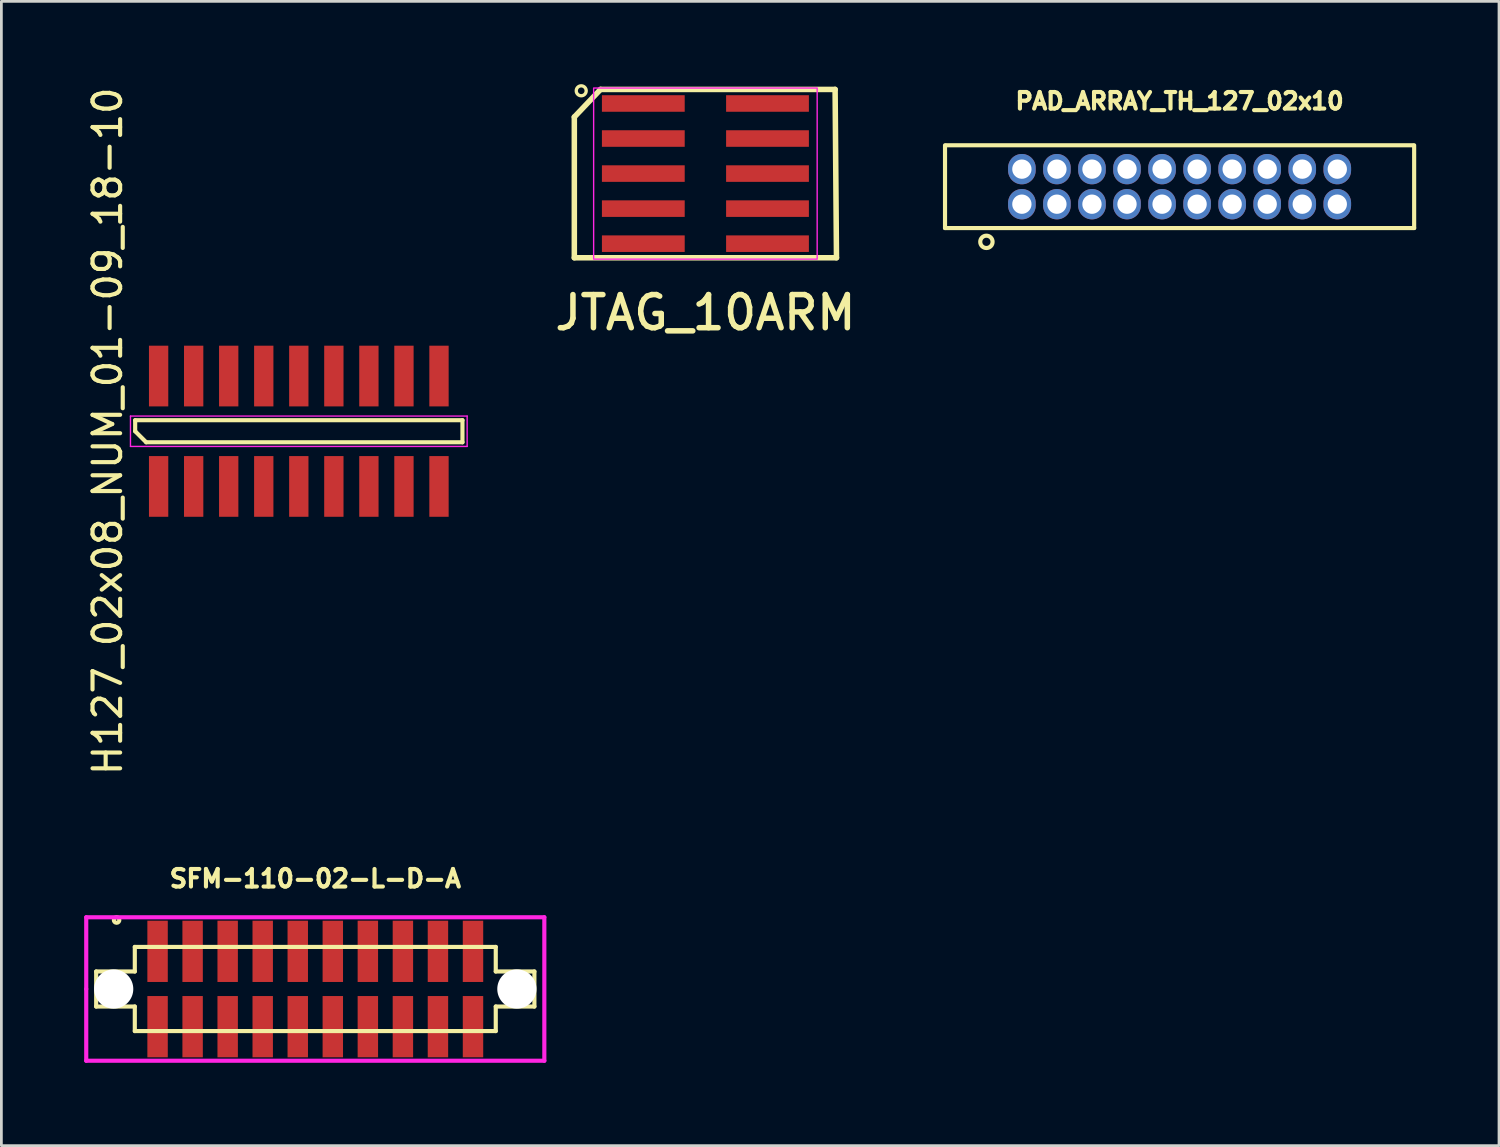
<source format=kicad_pcb>
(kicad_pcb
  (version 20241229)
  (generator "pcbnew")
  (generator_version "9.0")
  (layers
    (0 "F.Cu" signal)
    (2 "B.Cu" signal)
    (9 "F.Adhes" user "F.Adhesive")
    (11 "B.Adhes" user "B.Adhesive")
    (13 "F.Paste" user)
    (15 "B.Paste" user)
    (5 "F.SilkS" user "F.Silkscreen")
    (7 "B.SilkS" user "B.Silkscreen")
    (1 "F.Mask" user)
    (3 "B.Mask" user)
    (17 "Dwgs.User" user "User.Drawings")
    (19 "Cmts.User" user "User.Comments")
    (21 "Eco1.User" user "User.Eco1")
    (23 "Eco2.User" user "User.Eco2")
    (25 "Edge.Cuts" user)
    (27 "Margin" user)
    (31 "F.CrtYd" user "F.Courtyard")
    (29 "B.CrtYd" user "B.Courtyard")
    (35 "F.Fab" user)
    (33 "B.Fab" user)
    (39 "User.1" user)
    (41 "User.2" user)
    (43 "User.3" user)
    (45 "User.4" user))
  (footprint "H127_02x08_NUM_01-09_18-10"
    (layer "F.Cu")
    (at 7.778 12.577)
    (property "Reference" "H127_02x08_NUM_01-09_18-10" (at -6.93 0 90) (layer "F.SilkS") (effects (font (size 1 1) (thickness 0.15))))
    (attr smd)
    (fp_line (start -5.93 -0.4) (end 5.93 -0.4) (stroke (width 0.15) (type solid)) (layer "F.SilkS"))
    (fp_line (start -5.93 0) (end -5.93 -0.4) (stroke (width 0.15) (type solid)) (layer "F.SilkS"))
    (fp_line (start -5.53 0.4) (end -5.93 0) (stroke (width 0.15) (type solid)) (layer "F.SilkS"))
    (fp_line (start 5.93 -0.4) (end 5.93 0.4) (stroke (width 0.15) (type solid)) (layer "F.SilkS"))
    (fp_line (start 5.93 0.4) (end -5.53 0.4) (stroke (width 0.15) (type solid)) (layer "F.SilkS"))
    (fp_line (start -6.1 -0.55) (end 6.1 -0.55) (stroke (width 0.05) (type solid)) (layer "F.CrtYd"))
    (fp_line (start -6.1 0.55) (end -6.1 -0.55) (stroke (width 0.05) (type solid)) (layer "F.CrtYd"))
    (fp_line (start 6.1 -0.55) (end 6.1 0.55) (stroke (width 0.05) (type solid)) (layer "F.CrtYd"))
    (fp_line (start 6.1 0.55) (end -6.1 0.55) (stroke (width 0.05) (type solid)) (layer "F.CrtYd"))
    (pad "1" smd rect (at -5.08 2) (size 0.7 2.2) (layers "F.Cu" "F.Mask" "F.Paste"))
    (pad "2" smd rect (at -3.81 2) (size 0.7 2.2) (layers "F.Cu" "F.Mask" "F.Paste"))
    (pad "3" smd rect (at -2.54 2) (size 0.7 2.2) (layers "F.Cu" "F.Mask" "F.Paste"))
    (pad "4" smd rect (at -1.27 2) (size 0.7 2.2) (layers "F.Cu" "F.Mask" "F.Paste"))
    (pad "5" smd rect (at 0 2) (size 0.7 2.2) (layers "F.Cu" "F.Mask" "F.Paste"))
    (pad "6" smd rect (at 1.27 2) (size 0.7 2.2) (layers "F.Cu" "F.Mask" "F.Paste"))
    (pad "7" smd rect (at 2.54 2) (size 0.7 2.2) (layers "F.Cu" "F.Mask" "F.Paste"))
    (pad "8" smd rect (at 3.81 2) (size 0.7 2.2) (layers "F.Cu" "F.Mask" "F.Paste"))
    (pad "9" smd rect (at 5.08 2) (size 0.7 2.2) (layers "F.Cu" "F.Mask" "F.Paste"))
    (pad "10" smd rect (at -5.08 -2) (size 0.7 2.2) (layers "F.Cu" "F.Mask" "F.Paste"))
    (pad "11" smd rect (at -3.81 -2) (size 0.7 2.2) (layers "F.Cu" "F.Mask" "F.Paste"))
    (pad "12" smd rect (at -2.54 -2) (size 0.7 2.2) (layers "F.Cu" "F.Mask" "F.Paste"))
    (pad "13" smd rect (at -1.27 -2) (size 0.7 2.2) (layers "F.Cu" "F.Mask" "F.Paste"))
    (pad "14" smd rect (at 0 -2) (size 0.7 2.2) (layers "F.Cu" "F.Mask" "F.Paste"))
    (pad "15" smd rect (at 1.27 -2) (size 0.7 2.2) (layers "F.Cu" "F.Mask" "F.Paste"))
    (pad "16" smd rect (at 2.54 -2) (size 0.7 2.2) (layers "F.Cu" "F.Mask" "F.Paste"))
    (pad "17" smd rect (at 3.81 -2) (size 0.7 2.2) (layers "F.Cu" "F.Mask" "F.Paste"))
    (pad "18" smd rect (at 5.08 -2) (size 0.7 2.2) (layers "F.Cu" "F.Mask" "F.Paste")))
  (footprint "JTAG_10ARM"
    (layer "F.Cu")
    (at 22.512 3.24)
    (property "Reference" "JTAG_10ARM" (at 0 5.04 0) (layer "F.SilkS") (effects (font (size 1.2 1.2) (thickness 0.2))))
    (attr through_hole)
    (fp_line (start -4.75 -2.05) (end -4.75 3.05) (stroke (width 0.2) (type solid)) (layer "F.SilkS"))
    (fp_line (start -4.75 3.05) (end 4.75 3.05) (stroke (width 0.2) (type solid)) (layer "F.SilkS"))
    (fp_line (start -3.8 -3.05) (end -4.75 -2.05) (stroke (width 0.2) (type solid)) (layer "F.SilkS"))
    (fp_line (start 4.7 -3.05) (end -3.8 -3.05) (stroke (width 0.2) (type solid)) (layer "F.SilkS"))
    (fp_line (start 4.75 3.05) (end 4.7 -3.05) (stroke (width 0.2) (type solid)) (layer "F.SilkS"))
    (fp_circle (center -4.5 -3) (end -4.4 -2.85) (stroke (width 0.12) (type default)) (fill no) (layer "F.SilkS"))
    (fp_rect (start -4.05 -3.1) (end 4.05 3.1) (stroke (width 0.05) (type default)) (fill no) (layer "F.CrtYd"))
    (pad "1" smd rect (at -2.25 -2.54) (size 3 0.6) (layers "F.Cu" "F.Mask" "F.Paste"))
    (pad "2" smd rect (at 2.25 -2.54) (size 3 0.6) (layers "F.Cu" "F.Mask" "F.Paste"))
    (pad "3" smd rect (at -2.25 -1.27) (size 3 0.6) (layers "F.Cu" "F.Mask" "F.Paste"))
    (pad "4" smd rect (at 2.25 -1.27) (size 3 0.6) (layers "F.Cu" "F.Mask" "F.Paste"))
    (pad "5" smd rect (at -2.25 0) (size 3 0.6) (layers "F.Cu" "F.Mask" "F.Paste"))
    (pad "6" smd rect (at 2.25 0) (size 3 0.6) (layers "F.Cu" "F.Mask" "F.Paste"))
    (pad "7" smd rect (at -2.25 1.27) (size 3 0.6) (layers "F.Cu" "F.Mask" "F.Paste"))
    (pad "8" smd rect (at 2.25 1.27) (size 3 0.6) (layers "F.Cu" "F.Mask" "F.Paste"))
    (pad "9" smd rect (at -2.25 2.54) (size 3 0.6) (layers "F.Cu" "F.Mask" "F.Paste"))
    (pad "10" smd rect (at 2.25 2.54) (size 3 0.6) (layers "F.Cu" "F.Mask" "F.Paste")))
  (footprint "SFM-110-02-L-D-A"
    (layer "F.Cu")
    (at 8.375 32.789)
    (property "Reference" "SFM-110-02-L-D-A" (at 0 -4 0) (layer "F.SilkS") (effects (font (size 0.635 0.635) (thickness 0.15))))
    (attr through_hole)
    (fp_line (start -7.94 -0.635) (end -6.54 -0.635) (stroke (width 0.15) (type solid)) (layer "F.SilkS"))
    (fp_line (start -7.94 0.635) (end -7.94 -0.635) (stroke (width 0.15) (type solid)) (layer "F.SilkS"))
    (fp_line (start -7.94 0.635) (end -6.54 0.635) (stroke (width 0.15) (type solid)) (layer "F.SilkS"))
    (fp_line (start -6.54 -1.525) (end 6.54 -1.525) (stroke (width 0.15) (type solid)) (layer "F.SilkS"))
    (fp_line (start -6.54 -0.635) (end -6.54 -1.525) (stroke (width 0.15) (type solid)) (layer "F.SilkS"))
    (fp_line (start -6.54 1.525) (end -6.54 0.635) (stroke (width 0.15) (type solid)) (layer "F.SilkS"))
    (fp_line (start 6.54 -1.525) (end 6.54 -0.635) (stroke (width 0.15) (type solid)) (layer "F.SilkS"))
    (fp_line (start 6.54 -0.635) (end 7.94 -0.635) (stroke (width 0.15) (type solid)) (layer "F.SilkS"))
    (fp_line (start 6.54 0.635) (end 6.54 1.525) (stroke (width 0.15) (type solid)) (layer "F.SilkS"))
    (fp_line (start 6.54 1.525) (end -6.54 1.525) (stroke (width 0.15) (type solid)) (layer "F.SilkS"))
    (fp_line (start 7.94 -0.635) (end 7.94 0.635) (stroke (width 0.15) (type solid)) (layer "F.SilkS"))
    (fp_line (start 7.94 0.635) (end 6.54 0.635) (stroke (width 0.15) (type solid)) (layer "F.SilkS"))
    (fp_circle (center -7.2 -2.5) (end -7.2 -2.4) (stroke (width 0.15) (type solid)) (fill no) (layer "F.SilkS"))
    (fp_line (start -8.3 -2.6) (end 8.3 -2.6) (stroke (width 0.15) (type solid)) (layer "F.CrtYd"))
    (fp_line (start -8.3 0) (end -8.3 -2.6) (stroke (width 0.15) (type solid)) (layer "F.CrtYd"))
    (fp_line (start -8.3 2.6) (end -8.3 0) (stroke (width 0.15) (type solid)) (layer "F.CrtYd"))
    (fp_line (start 8.3 -2.6) (end 8.3 2.6) (stroke (width 0.15) (type solid)) (layer "F.CrtYd"))
    (fp_line (start 8.3 2.6) (end -8.3 2.6) (stroke (width 0.15) (type solid)) (layer "F.CrtYd"))
    (pad "" np_thru_hole circle (at -7.305 0) (size 1.42 1.42) (drill 1.42) (layers "*.Cu" "*.Mask"))
    (pad "" np_thru_hole circle (at 7.305 0) (size 1.42 1.42) (drill 1.42) (layers "*.Cu" "*.Mask"))
    (pad "1" smd rect (at -5.715 -1.365) (size 0.74 2.22) (layers "F.Cu" "F.Mask" "F.Paste"))
    (pad "2" smd rect (at -5.715 1.365) (size 0.74 2.22) (layers "F.Cu" "F.Mask" "F.Paste"))
    (pad "3" smd rect (at -4.445 -1.365) (size 0.74 2.22) (layers "F.Cu" "F.Mask" "F.Paste"))
    (pad "4" smd rect (at -4.445 1.365) (size 0.74 2.22) (layers "F.Cu" "F.Mask" "F.Paste"))
    (pad "5" smd rect (at -3.175 -1.365) (size 0.74 2.22) (layers "F.Cu" "F.Mask" "F.Paste"))
    (pad "6" smd rect (at -3.175 1.365) (size 0.74 2.22) (layers "F.Cu" "F.Mask" "F.Paste"))
    (pad "7" smd rect (at -1.905 -1.365) (size 0.74 2.22) (layers "F.Cu" "F.Mask" "F.Paste"))
    (pad "8" smd rect (at -1.905 1.365) (size 0.74 2.22) (layers "F.Cu" "F.Mask" "F.Paste"))
    (pad "9" smd rect (at -0.635 -1.365) (size 0.74 2.22) (layers "F.Cu" "F.Mask" "F.Paste"))
    (pad "10" smd rect (at -0.635 1.365) (size 0.74 2.22) (layers "F.Cu" "F.Mask" "F.Paste"))
    (pad "11" smd rect (at 0.635 -1.365) (size 0.74 2.22) (layers "F.Cu" "F.Mask" "F.Paste"))
    (pad "12" smd rect (at 0.635 1.365) (size 0.74 2.22) (layers "F.Cu" "F.Mask" "F.Paste"))
    (pad "13" smd rect (at 1.905 -1.365) (size 0.74 2.22) (layers "F.Cu" "F.Mask" "F.Paste"))
    (pad "14" smd rect (at 1.905 1.365) (size 0.74 2.22) (layers "F.Cu" "F.Mask" "F.Paste"))
    (pad "15" smd rect (at 3.175 -1.365) (size 0.74 2.22) (layers "F.Cu" "F.Mask" "F.Paste"))
    (pad "16" smd rect (at 3.175 1.365) (size 0.74 2.22) (layers "F.Cu" "F.Mask" "F.Paste"))
    (pad "17" smd rect (at 4.445 -1.365) (size 0.74 2.22) (layers "F.Cu" "F.Mask" "F.Paste"))
    (pad "18" smd rect (at 4.445 1.365) (size 0.74 2.22) (layers "F.Cu" "F.Mask" "F.Paste"))
    (pad "19" smd rect (at 5.715 -1.365) (size 0.74 2.22) (layers "F.Cu" "F.Mask" "F.Paste"))
    (pad "20" smd rect (at 5.715 1.365) (size 0.74 2.22) (layers "F.Cu" "F.Mask" "F.Paste")))
  (footprint "PAD_ARRAY_TH_127_02x10"
    (layer "F.Cu")
    (at 39.695 3.714)
    (property "Reference" "PAD_ARRAY_TH_127_02x10" (at 0 -3.1 0) (layer "F.SilkS") (effects (font (size 0.6 0.6) (thickness 0.15))))
    (attr through_hole)
    (fp_line (start -8.5 1.5) (end -8.5 -1.5) (stroke (width 0.15) (type solid)) (layer "F.SilkS"))
    (fp_line (start -8.45 -1.5) (end 8.45 -1.5) (stroke (width 0.15) (type solid)) (layer "F.SilkS"))
    (fp_line (start 8.5 -1.5) (end 8.5 1.5) (stroke (width 0.15) (type solid)) (layer "F.SilkS"))
    (fp_line (start 8.5 1.5) (end -8.5 1.5) (stroke (width 0.15) (type solid)) (layer "F.SilkS"))
    (fp_circle (center -7 2) (end -6.9 2.2) (stroke (width 0.15) (type solid)) (fill no) (layer "F.SilkS"))
    (pad "1" thru_hole oval (at -5.715 0.635) (size 1 1.1) (drill 0.7) (layers "*.Cu" "*.Mask"))
    (pad "2" thru_hole oval (at -5.715 -0.635) (size 1 1.1) (drill 0.7) (layers "*.Cu" "*.Mask"))
    (pad "3" thru_hole oval (at -4.445 0.635) (size 1 1.1) (drill 0.7) (layers "*.Cu" "*.Mask"))
    (pad "4" thru_hole oval (at -4.445 -0.635) (size 1 1.1) (drill 0.7) (layers "*.Cu" "*.Mask"))
    (pad "5" thru_hole oval (at -3.175 0.635) (size 1 1.1) (drill 0.7) (layers "*.Cu" "*.Mask"))
    (pad "6" thru_hole oval (at -3.175 -0.635) (size 1 1.1) (drill 0.7) (layers "*.Cu" "*.Mask"))
    (pad "7" thru_hole oval (at -1.905 0.635) (size 1 1.1) (drill 0.7) (layers "*.Cu" "*.Mask"))
    (pad "8" thru_hole oval (at -1.905 -0.635) (size 1 1.1) (drill 0.7) (layers "*.Cu" "*.Mask"))
    (pad "9" thru_hole oval (at -0.635 0.635) (size 1 1.1) (drill 0.7) (layers "*.Cu" "*.Mask"))
    (pad "10" thru_hole oval (at -0.635 -0.635) (size 1 1.1) (drill 0.7) (layers "*.Cu" "*.Mask"))
    (pad "11" thru_hole oval (at 0.635 0.635) (size 1 1.1) (drill 0.7) (layers "*.Cu" "*.Mask"))
    (pad "12" thru_hole oval (at 0.635 -0.635) (size 1 1.1) (drill 0.7) (layers "*.Cu" "*.Mask"))
    (pad "13" thru_hole oval (at 1.905 0.635) (size 1 1.1) (drill 0.7) (layers "*.Cu" "*.Mask"))
    (pad "14" thru_hole oval (at 1.905 -0.635) (size 1 1.1) (drill 0.7) (layers "*.Cu" "*.Mask"))
    (pad "15" thru_hole oval (at 3.175 0.635) (size 1 1.1) (drill 0.7) (layers "*.Cu" "*.Mask"))
    (pad "16" thru_hole oval (at 3.175 -0.635) (size 1 1.1) (drill 0.7) (layers "*.Cu" "*.Mask"))
    (pad "17" thru_hole oval (at 4.445 0.635) (size 1 1.1) (drill 0.7) (layers "*.Cu" "*.Mask"))
    (pad "18" thru_hole oval (at 4.445 -0.635) (size 1 1.1) (drill 0.7) (layers "*.Cu" "*.Mask"))
    (pad "19" thru_hole oval (at 5.715 0.635) (size 1 1.1) (drill 0.7) (layers "*.Cu" "*.Mask"))
    (pad "20" thru_hole oval (at 5.715 -0.635) (size 1 1.1) (drill 0.7) (layers "*.Cu" "*.Mask")))
  (gr_rect
    (start -3 -3)
    (end 51.27 38.464)
    (stroke (width 0.1) (type default))
    (fill no)
    (layer "Edge.Cuts")))
</source>
